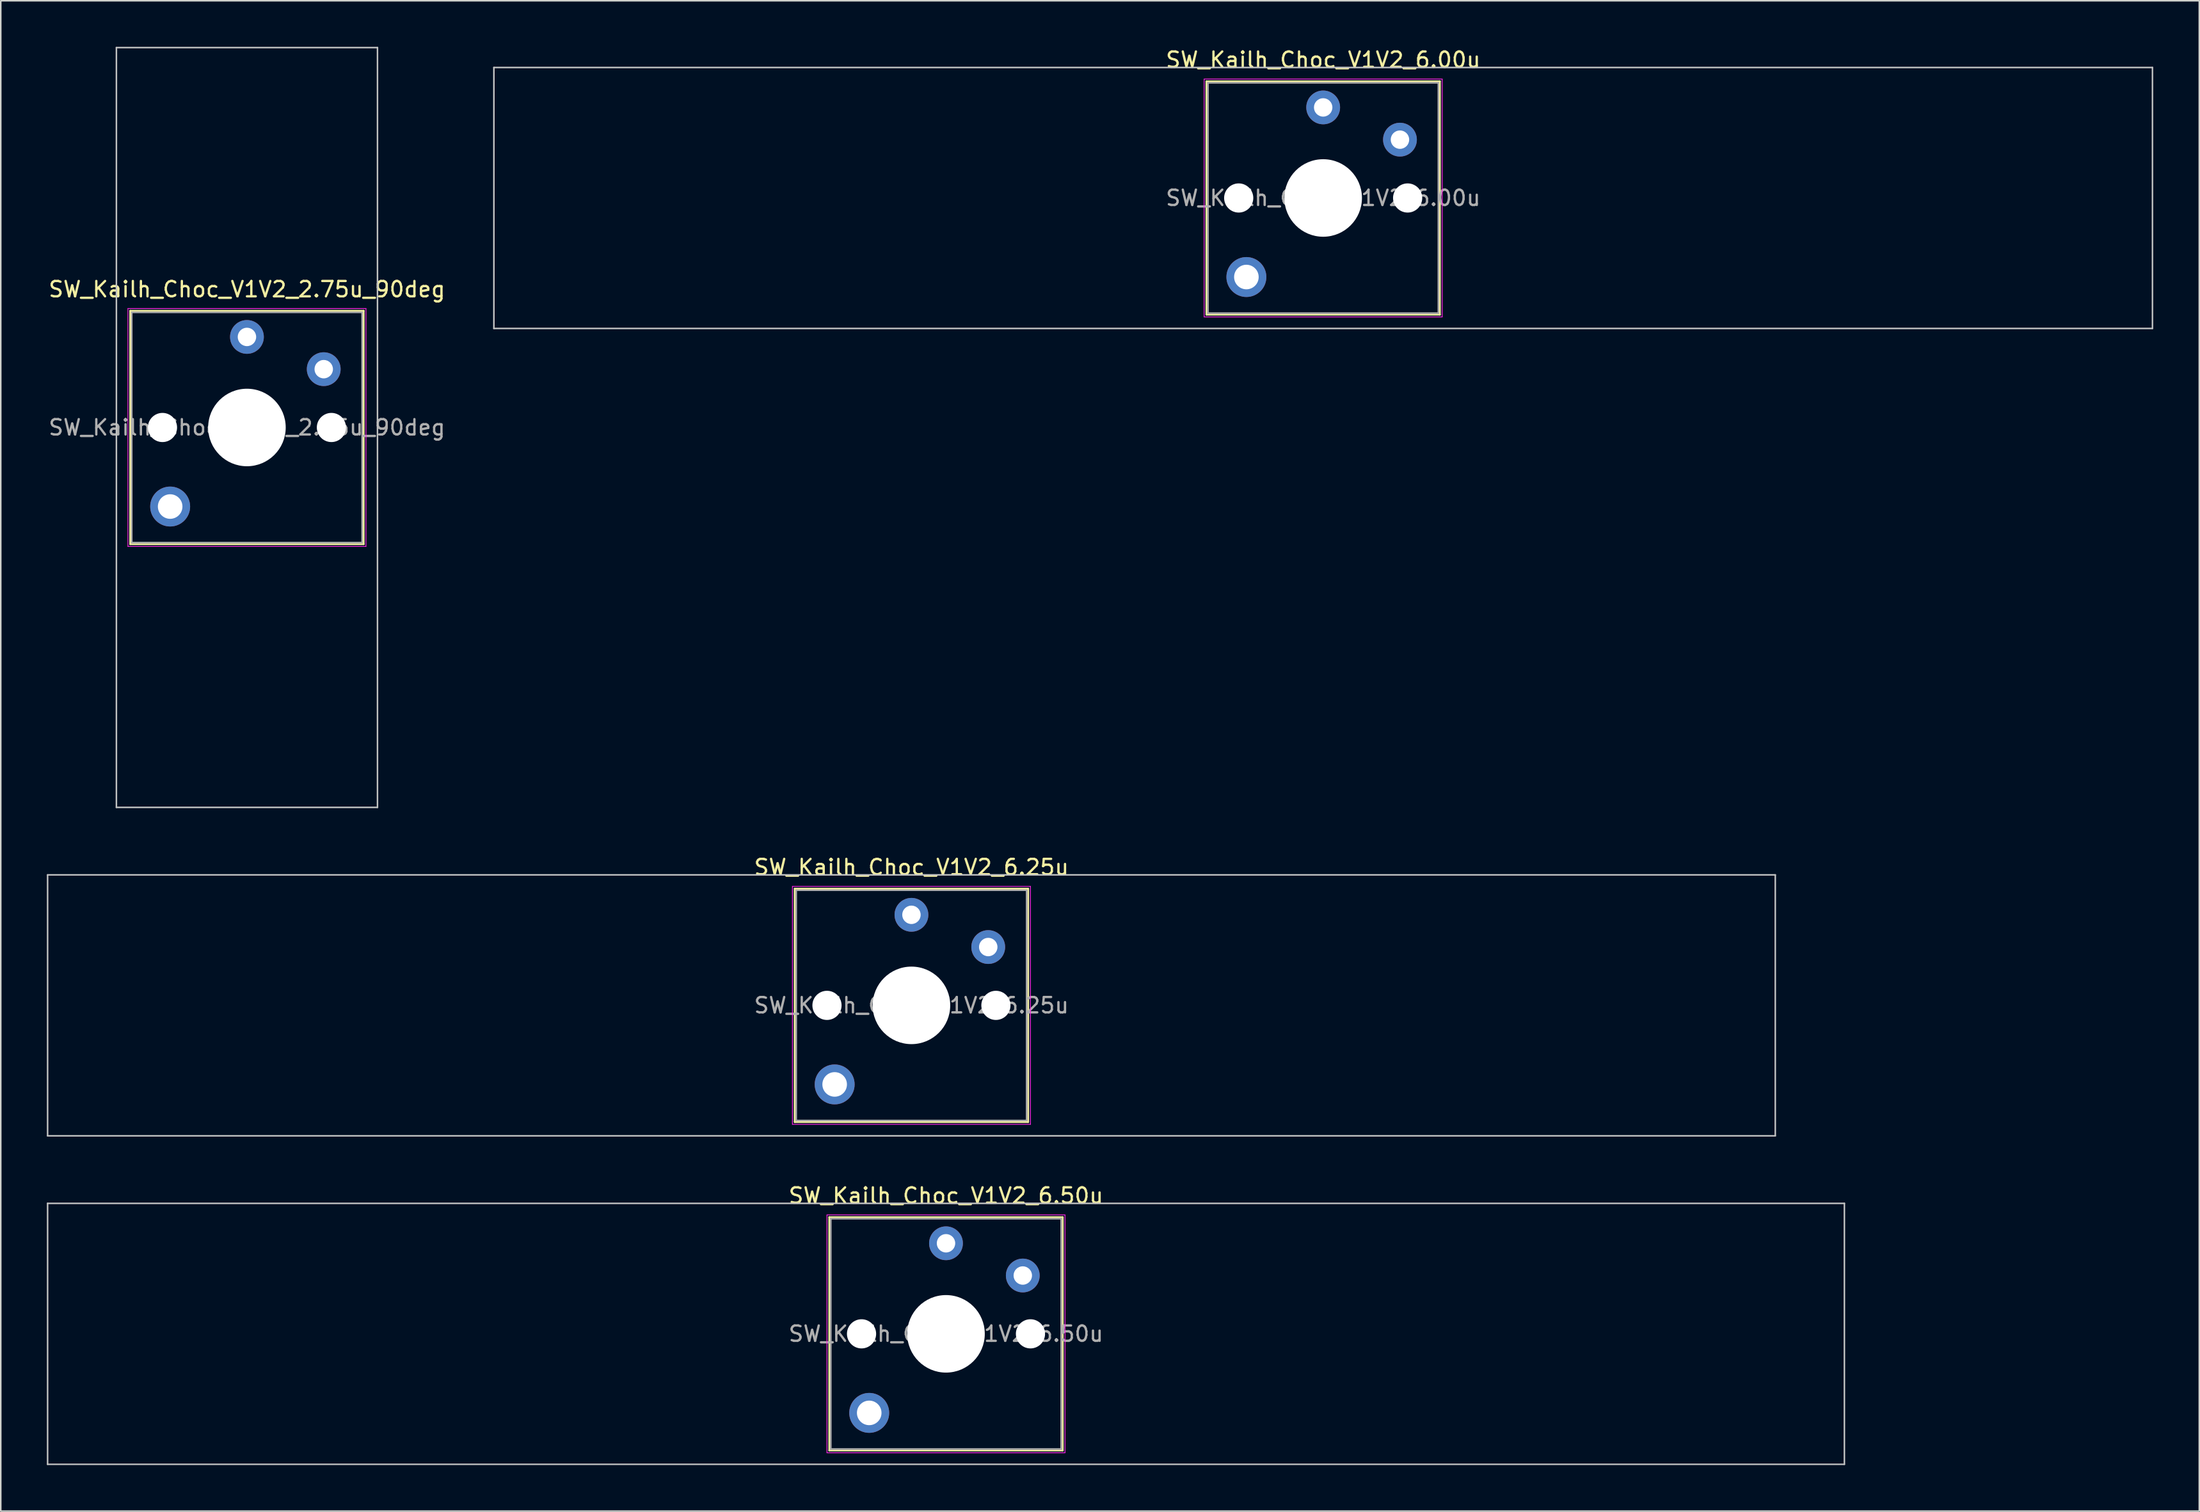
<source format=kicad_pcb>
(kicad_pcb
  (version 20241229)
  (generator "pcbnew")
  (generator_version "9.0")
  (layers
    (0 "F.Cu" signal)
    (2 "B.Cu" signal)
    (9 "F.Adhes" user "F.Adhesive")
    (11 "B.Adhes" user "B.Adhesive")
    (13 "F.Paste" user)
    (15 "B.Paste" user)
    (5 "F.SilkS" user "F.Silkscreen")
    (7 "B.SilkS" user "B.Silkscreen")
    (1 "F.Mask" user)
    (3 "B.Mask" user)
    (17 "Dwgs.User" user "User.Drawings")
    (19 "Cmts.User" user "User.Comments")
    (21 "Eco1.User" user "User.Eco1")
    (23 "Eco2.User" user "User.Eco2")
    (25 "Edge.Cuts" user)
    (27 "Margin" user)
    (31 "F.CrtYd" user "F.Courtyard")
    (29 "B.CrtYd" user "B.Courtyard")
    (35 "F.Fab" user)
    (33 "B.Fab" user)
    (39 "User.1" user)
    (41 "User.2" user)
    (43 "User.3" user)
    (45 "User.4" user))
  (footprint "SW_Kailh_Choc_V1V2_6.00u"
    (layer "F.Cu")
    (at 83.11 9.848)
    (property "Reference" "SW_Kailh_Choc_V1V2_6.00u" (at 0 -9 0) (layer "F.SilkS") (effects (font (size 1 1) (thickness 0.15))))
    (attr through_hole)
    (fp_line (start -7.6 -7.6) (end -7.6 7.6) (stroke (width 0.12) (type solid)) (layer "F.SilkS"))
    (fp_line (start -7.6 7.6) (end 7.6 7.6) (stroke (width 0.12) (type solid)) (layer "F.SilkS"))
    (fp_line (start 7.6 -7.6) (end -7.6 -7.6) (stroke (width 0.12) (type solid)) (layer "F.SilkS"))
    (fp_line (start 7.6 7.6) (end 7.6 -7.6) (stroke (width 0.12) (type solid)) (layer "F.SilkS"))
    (fp_line (start -54 -8.5) (end -54 8.5) (stroke (width 0.1) (type solid)) (layer "Dwgs.User"))
    (fp_line (start -54 8.5) (end 54 8.5) (stroke (width 0.1) (type solid)) (layer "Dwgs.User"))
    (fp_line (start 54 -8.5) (end -54 -8.5) (stroke (width 0.1) (type solid)) (layer "Dwgs.User"))
    (fp_line (start 54 8.5) (end 54 -8.5) (stroke (width 0.1) (type solid)) (layer "Dwgs.User"))
    (fp_line (start -7.25 -7.25) (end -7.25 7.25) (stroke (width 0.1) (type solid)) (layer "Eco1.User"))
    (fp_line (start -7.25 7.25) (end 7.25 7.25) (stroke (width 0.1) (type solid)) (layer "Eco1.User"))
    (fp_line (start 7.25 -7.25) (end -7.25 -7.25) (stroke (width 0.1) (type solid)) (layer "Eco1.User"))
    (fp_line (start 7.25 7.25) (end 7.25 -7.25) (stroke (width 0.1) (type solid)) (layer "Eco1.User"))
    (fp_line (start -7.75 -7.75) (end -7.75 7.75) (stroke (width 0.05) (type solid)) (layer "F.CrtYd"))
    (fp_line (start -7.75 7.75) (end 7.75 7.75) (stroke (width 0.05) (type solid)) (layer "F.CrtYd"))
    (fp_line (start 7.75 -7.75) (end -7.75 -7.75) (stroke (width 0.05) (type solid)) (layer "F.CrtYd"))
    (fp_line (start 7.75 7.75) (end 7.75 -7.75) (stroke (width 0.05) (type solid)) (layer "F.CrtYd"))
    (fp_line (start -7.5 -7.5) (end -7.5 7.5) (stroke (width 0.1) (type solid)) (layer "F.Fab"))
    (fp_line (start -7.5 7.5) (end 7.5 7.5) (stroke (width 0.1) (type solid)) (layer "F.Fab"))
    (fp_line (start 7.5 -7.5) (end -7.5 -7.5) (stroke (width 0.1) (type solid)) (layer "F.Fab"))
    (fp_line (start 7.5 7.5) (end 7.5 -7.5) (stroke (width 0.1) (type solid)) (layer "F.Fab"))
    (fp_text user "${REFERENCE}" (at 0 0 0) (layer "F.Fab") (effects (font (size 1 1) (thickness 0.15))))
    (pad "" np_thru_hole circle (at -5.5 0) (size 1.9 1.9) (drill 1.9) (layers "*.Cu" "*.Mask"))
    (pad "" smd circle (at -5 5.15) (size 1.65 1.65) (layers "F.Mask"))
    (pad "" thru_hole circle (at -5 5.15) (size 2.6 2.6) (drill 1.6) (layers "*.Cu" "B.Mask"))
    (pad "" smd circle (at 0 -5.9) (size 1.25 1.25) (layers "F.Mask"))
    (pad "" np_thru_hole circle (at 0 0) (size 5.05 5.05) (drill 5.05) (layers "*.Cu" "*.Mask"))
    (pad "" smd circle (at 5 -3.8) (size 1.25 1.25) (layers "F.Mask"))
    (pad "" np_thru_hole circle (at 5.5 0) (size 1.9 1.9) (drill 1.9) (layers "*.Cu" "*.Mask"))
    (pad "1" thru_hole circle (at 0 -5.9) (size 2.2 2.2) (drill 1.2) (layers "*.Cu" "B.Mask"))
    (pad "2" thru_hole circle (at 5 -3.8) (size 2.2 2.2) (drill 1.2) (layers "*.Cu" "B.Mask")))
  (footprint "SW_Kailh_Choc_V1V2_2.75u_90deg"
    (layer "F.Cu")
    (at 13.03 24.8)
    (property "Reference" "SW_Kailh_Choc_V1V2_2.75u_90deg" (at 0 -9 0) (layer "F.SilkS") (effects (font (size 1 1) (thickness 0.15))))
    (attr through_hole)
    (fp_line (start -7.6 -7.6) (end -7.6 7.6) (stroke (width 0.12) (type solid)) (layer "F.SilkS"))
    (fp_line (start -7.6 7.6) (end 7.6 7.6) (stroke (width 0.12) (type solid)) (layer "F.SilkS"))
    (fp_line (start 7.6 -7.6) (end -7.6 -7.6) (stroke (width 0.12) (type solid)) (layer "F.SilkS"))
    (fp_line (start 7.6 7.6) (end 7.6 -7.6) (stroke (width 0.12) (type solid)) (layer "F.SilkS"))
    (fp_line (start -8.5 -24.75) (end 8.5 -24.75) (stroke (width 0.1) (type solid)) (layer "Dwgs.User"))
    (fp_line (start -8.5 24.75) (end -8.5 -24.75) (stroke (width 0.1) (type solid)) (layer "Dwgs.User"))
    (fp_line (start 8.5 -24.75) (end 8.5 24.75) (stroke (width 0.1) (type solid)) (layer "Dwgs.User"))
    (fp_line (start 8.5 24.75) (end -8.5 24.75) (stroke (width 0.1) (type solid)) (layer "Dwgs.User"))
    (fp_line (start -7.25 -7.25) (end -7.25 7.25) (stroke (width 0.1) (type solid)) (layer "Eco1.User"))
    (fp_line (start -7.25 7.25) (end 7.25 7.25) (stroke (width 0.1) (type solid)) (layer "Eco1.User"))
    (fp_line (start 7.25 -7.25) (end -7.25 -7.25) (stroke (width 0.1) (type solid)) (layer "Eco1.User"))
    (fp_line (start 7.25 7.25) (end 7.25 -7.25) (stroke (width 0.1) (type solid)) (layer "Eco1.User"))
    (fp_line (start -7.75 -7.75) (end -7.75 7.75) (stroke (width 0.05) (type solid)) (layer "F.CrtYd"))
    (fp_line (start -7.75 7.75) (end 7.75 7.75) (stroke (width 0.05) (type solid)) (layer "F.CrtYd"))
    (fp_line (start 7.75 -7.75) (end -7.75 -7.75) (stroke (width 0.05) (type solid)) (layer "F.CrtYd"))
    (fp_line (start 7.75 7.75) (end 7.75 -7.75) (stroke (width 0.05) (type solid)) (layer "F.CrtYd"))
    (fp_line (start -7.5 -7.5) (end -7.5 7.5) (stroke (width 0.1) (type solid)) (layer "F.Fab"))
    (fp_line (start -7.5 7.5) (end 7.5 7.5) (stroke (width 0.1) (type solid)) (layer "F.Fab"))
    (fp_line (start 7.5 -7.5) (end -7.5 -7.5) (stroke (width 0.1) (type solid)) (layer "F.Fab"))
    (fp_line (start 7.5 7.5) (end 7.5 -7.5) (stroke (width 0.1) (type solid)) (layer "F.Fab"))
    (fp_text user "${REFERENCE}" (at 0 0 0) (layer "F.Fab") (effects (font (size 1 1) (thickness 0.15))))
    (pad "" np_thru_hole circle (at -5.5 0) (size 1.9 1.9) (drill 1.9) (layers "*.Cu" "*.Mask"))
    (pad "" smd circle (at -5 5.15) (size 1.65 1.65) (layers "F.Mask"))
    (pad "" thru_hole circle (at -5 5.15) (size 2.6 2.6) (drill 1.6) (layers "*.Cu" "B.Mask"))
    (pad "" smd circle (at 0 -5.9) (size 1.25 1.25) (layers "F.Mask"))
    (pad "" np_thru_hole circle (at 0 0) (size 5.05 5.05) (drill 5.05) (layers "*.Cu" "*.Mask"))
    (pad "" smd circle (at 5 -3.8) (size 1.25 1.25) (layers "F.Mask"))
    (pad "" np_thru_hole circle (at 5.5 0) (size 1.9 1.9) (drill 1.9) (layers "*.Cu" "*.Mask"))
    (pad "1" thru_hole circle (at 0 -5.9) (size 2.2 2.2) (drill 1.2) (layers "*.Cu" "B.Mask"))
    (pad "2" thru_hole circle (at 5 -3.8) (size 2.2 2.2) (drill 1.2) (layers "*.Cu" "B.Mask")))
  (footprint "SW_Kailh_Choc_V1V2_6.25u"
    (layer "F.Cu")
    (at 56.3 62.448)
    (property "Reference" "SW_Kailh_Choc_V1V2_6.25u" (at 0 -9 0) (layer "F.SilkS") (effects (font (size 1 1) (thickness 0.15))))
    (attr through_hole)
    (fp_line (start -7.6 -7.6) (end -7.6 7.6) (stroke (width 0.12) (type solid)) (layer "F.SilkS"))
    (fp_line (start -7.6 7.6) (end 7.6 7.6) (stroke (width 0.12) (type solid)) (layer "F.SilkS"))
    (fp_line (start 7.6 -7.6) (end -7.6 -7.6) (stroke (width 0.12) (type solid)) (layer "F.SilkS"))
    (fp_line (start 7.6 7.6) (end 7.6 -7.6) (stroke (width 0.12) (type solid)) (layer "F.SilkS"))
    (fp_line (start -56.25 -8.5) (end -56.25 8.5) (stroke (width 0.1) (type solid)) (layer "Dwgs.User"))
    (fp_line (start -56.25 8.5) (end 56.25 8.5) (stroke (width 0.1) (type solid)) (layer "Dwgs.User"))
    (fp_line (start 56.25 -8.5) (end -56.25 -8.5) (stroke (width 0.1) (type solid)) (layer "Dwgs.User"))
    (fp_line (start 56.25 8.5) (end 56.25 -8.5) (stroke (width 0.1) (type solid)) (layer "Dwgs.User"))
    (fp_line (start -7.25 -7.25) (end -7.25 7.25) (stroke (width 0.1) (type solid)) (layer "Eco1.User"))
    (fp_line (start -7.25 7.25) (end 7.25 7.25) (stroke (width 0.1) (type solid)) (layer "Eco1.User"))
    (fp_line (start 7.25 -7.25) (end -7.25 -7.25) (stroke (width 0.1) (type solid)) (layer "Eco1.User"))
    (fp_line (start 7.25 7.25) (end 7.25 -7.25) (stroke (width 0.1) (type solid)) (layer "Eco1.User"))
    (fp_line (start -7.75 -7.75) (end -7.75 7.75) (stroke (width 0.05) (type solid)) (layer "F.CrtYd"))
    (fp_line (start -7.75 7.75) (end 7.75 7.75) (stroke (width 0.05) (type solid)) (layer "F.CrtYd"))
    (fp_line (start 7.75 -7.75) (end -7.75 -7.75) (stroke (width 0.05) (type solid)) (layer "F.CrtYd"))
    (fp_line (start 7.75 7.75) (end 7.75 -7.75) (stroke (width 0.05) (type solid)) (layer "F.CrtYd"))
    (fp_line (start -7.5 -7.5) (end -7.5 7.5) (stroke (width 0.1) (type solid)) (layer "F.Fab"))
    (fp_line (start -7.5 7.5) (end 7.5 7.5) (stroke (width 0.1) (type solid)) (layer "F.Fab"))
    (fp_line (start 7.5 -7.5) (end -7.5 -7.5) (stroke (width 0.1) (type solid)) (layer "F.Fab"))
    (fp_line (start 7.5 7.5) (end 7.5 -7.5) (stroke (width 0.1) (type solid)) (layer "F.Fab"))
    (fp_text user "${REFERENCE}" (at 0 0 0) (layer "F.Fab") (effects (font (size 1 1) (thickness 0.15))))
    (pad "" np_thru_hole circle (at -5.5 0) (size 1.9 1.9) (drill 1.9) (layers "*.Cu" "*.Mask"))
    (pad "" smd circle (at -5 5.15) (size 1.65 1.65) (layers "F.Mask"))
    (pad "" thru_hole circle (at -5 5.15) (size 2.6 2.6) (drill 1.6) (layers "*.Cu" "B.Mask"))
    (pad "" smd circle (at 0 -5.9) (size 1.25 1.25) (layers "F.Mask"))
    (pad "" np_thru_hole circle (at 0 0) (size 5.05 5.05) (drill 5.05) (layers "*.Cu" "*.Mask"))
    (pad "" smd circle (at 5 -3.8) (size 1.25 1.25) (layers "F.Mask"))
    (pad "" np_thru_hole circle (at 5.5 0) (size 1.9 1.9) (drill 1.9) (layers "*.Cu" "*.Mask"))
    (pad "1" thru_hole circle (at 0 -5.9) (size 2.2 2.2) (drill 1.2) (layers "*.Cu" "B.Mask"))
    (pad "2" thru_hole circle (at 5 -3.8) (size 2.2 2.2) (drill 1.2) (layers "*.Cu" "B.Mask")))
  (footprint "SW_Kailh_Choc_V1V2_6.50u"
    (layer "F.Cu")
    (at 58.55 83.847)
    (property "Reference" "SW_Kailh_Choc_V1V2_6.50u" (at 0 -9 0) (layer "F.SilkS") (effects (font (size 1 1) (thickness 0.15))))
    (attr through_hole)
    (fp_line (start -7.6 -7.6) (end -7.6 7.6) (stroke (width 0.12) (type solid)) (layer "F.SilkS"))
    (fp_line (start -7.6 7.6) (end 7.6 7.6) (stroke (width 0.12) (type solid)) (layer "F.SilkS"))
    (fp_line (start 7.6 -7.6) (end -7.6 -7.6) (stroke (width 0.12) (type solid)) (layer "F.SilkS"))
    (fp_line (start 7.6 7.6) (end 7.6 -7.6) (stroke (width 0.12) (type solid)) (layer "F.SilkS"))
    (fp_line (start -58.5 -8.5) (end -58.5 8.5) (stroke (width 0.1) (type solid)) (layer "Dwgs.User"))
    (fp_line (start -58.5 8.5) (end 58.5 8.5) (stroke (width 0.1) (type solid)) (layer "Dwgs.User"))
    (fp_line (start 58.5 -8.5) (end -58.5 -8.5) (stroke (width 0.1) (type solid)) (layer "Dwgs.User"))
    (fp_line (start 58.5 8.5) (end 58.5 -8.5) (stroke (width 0.1) (type solid)) (layer "Dwgs.User"))
    (fp_line (start -7.25 -7.25) (end -7.25 7.25) (stroke (width 0.1) (type solid)) (layer "Eco1.User"))
    (fp_line (start -7.25 7.25) (end 7.25 7.25) (stroke (width 0.1) (type solid)) (layer "Eco1.User"))
    (fp_line (start 7.25 -7.25) (end -7.25 -7.25) (stroke (width 0.1) (type solid)) (layer "Eco1.User"))
    (fp_line (start 7.25 7.25) (end 7.25 -7.25) (stroke (width 0.1) (type solid)) (layer "Eco1.User"))
    (fp_line (start -7.75 -7.75) (end -7.75 7.75) (stroke (width 0.05) (type solid)) (layer "F.CrtYd"))
    (fp_line (start -7.75 7.75) (end 7.75 7.75) (stroke (width 0.05) (type solid)) (layer "F.CrtYd"))
    (fp_line (start 7.75 -7.75) (end -7.75 -7.75) (stroke (width 0.05) (type solid)) (layer "F.CrtYd"))
    (fp_line (start 7.75 7.75) (end 7.75 -7.75) (stroke (width 0.05) (type solid)) (layer "F.CrtYd"))
    (fp_line (start -7.5 -7.5) (end -7.5 7.5) (stroke (width 0.1) (type solid)) (layer "F.Fab"))
    (fp_line (start -7.5 7.5) (end 7.5 7.5) (stroke (width 0.1) (type solid)) (layer "F.Fab"))
    (fp_line (start 7.5 -7.5) (end -7.5 -7.5) (stroke (width 0.1) (type solid)) (layer "F.Fab"))
    (fp_line (start 7.5 7.5) (end 7.5 -7.5) (stroke (width 0.1) (type solid)) (layer "F.Fab"))
    (fp_text user "${REFERENCE}" (at 0 0 0) (layer "F.Fab") (effects (font (size 1 1) (thickness 0.15))))
    (pad "" np_thru_hole circle (at -5.5 0) (size 1.9 1.9) (drill 1.9) (layers "*.Cu" "*.Mask"))
    (pad "" smd circle (at -5 5.15) (size 1.65 1.65) (layers "F.Mask"))
    (pad "" thru_hole circle (at -5 5.15) (size 2.6 2.6) (drill 1.6) (layers "*.Cu" "B.Mask"))
    (pad "" smd circle (at 0 -5.9) (size 1.25 1.25) (layers "F.Mask"))
    (pad "" np_thru_hole circle (at 0 0) (size 5.05 5.05) (drill 5.05) (layers "*.Cu" "*.Mask"))
    (pad "" smd circle (at 5 -3.8) (size 1.25 1.25) (layers "F.Mask"))
    (pad "" np_thru_hole circle (at 5.5 0) (size 1.9 1.9) (drill 1.9) (layers "*.Cu" "*.Mask"))
    (pad "1" thru_hole circle (at 0 -5.9) (size 2.2 2.2) (drill 1.2) (layers "*.Cu" "B.Mask"))
    (pad "2" thru_hole circle (at 5 -3.8) (size 2.2 2.2) (drill 1.2) (layers "*.Cu" "B.Mask")))
  (gr_rect
    (start -3 -3)
    (end 140.16 95.397)
    (stroke (width 0.1) (type default))
    (fill no)
    (layer "Edge.Cuts")))
</source>
